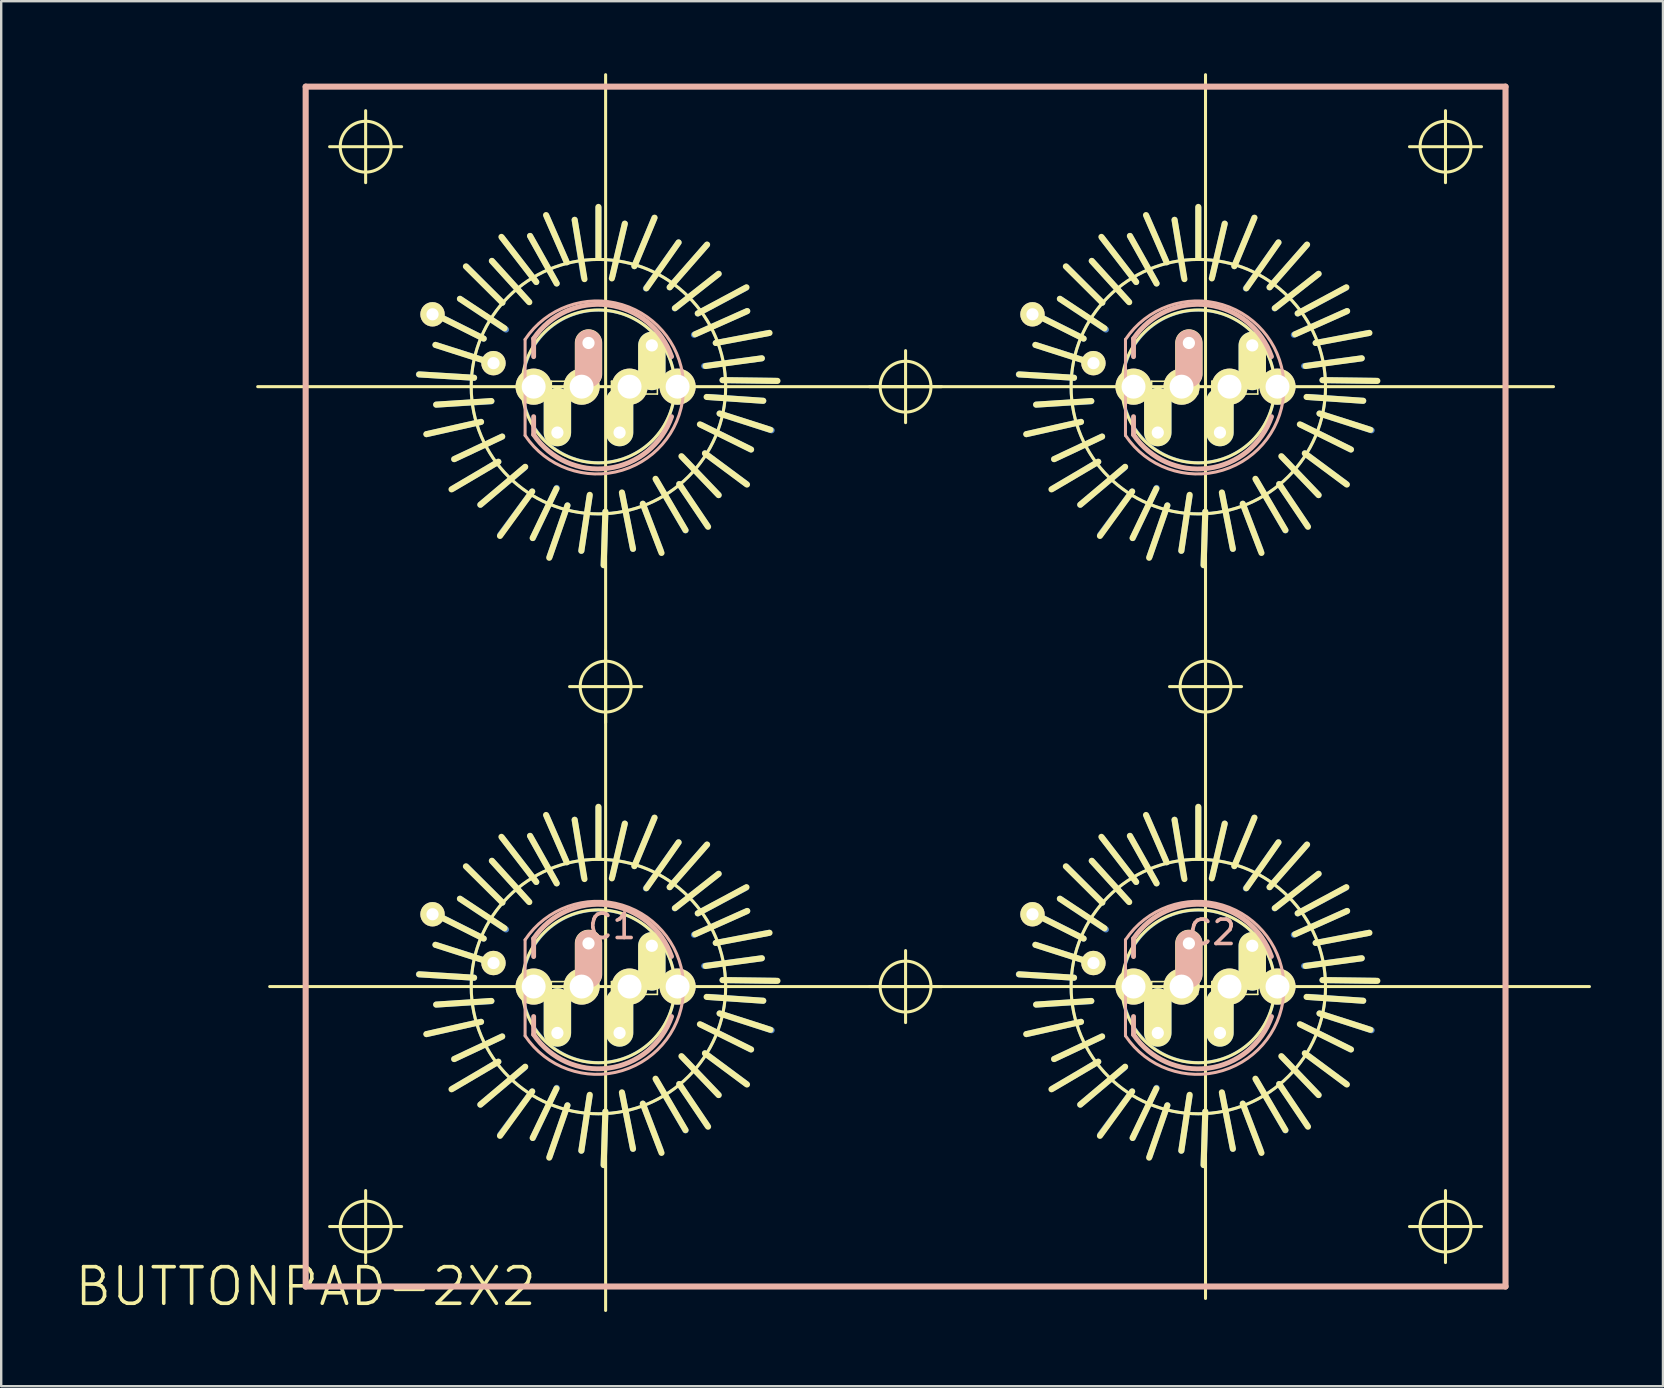
<source format=kicad_pcb>
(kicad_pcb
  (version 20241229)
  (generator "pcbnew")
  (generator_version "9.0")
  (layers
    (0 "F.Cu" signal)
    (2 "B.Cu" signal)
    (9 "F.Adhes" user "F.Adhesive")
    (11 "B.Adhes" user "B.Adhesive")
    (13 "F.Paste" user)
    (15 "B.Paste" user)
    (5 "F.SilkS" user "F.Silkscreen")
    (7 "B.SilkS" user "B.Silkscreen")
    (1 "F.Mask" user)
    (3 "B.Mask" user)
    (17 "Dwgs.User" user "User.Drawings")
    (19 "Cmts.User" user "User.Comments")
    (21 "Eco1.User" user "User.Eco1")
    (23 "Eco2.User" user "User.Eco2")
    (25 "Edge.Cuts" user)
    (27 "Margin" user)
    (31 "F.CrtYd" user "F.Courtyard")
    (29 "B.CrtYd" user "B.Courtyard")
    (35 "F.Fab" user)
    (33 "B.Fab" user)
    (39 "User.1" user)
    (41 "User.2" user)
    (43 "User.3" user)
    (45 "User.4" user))
  (footprint "BUTTONPAD-2X2"
    (layer "F.Cu")
    (at 9.688 50.561)
    (property "Reference" "BUTTONPAD-2X2" (at 0 0 0) (layer "F.SilkS") (effects (font (size 1.524 1.524) (thickness 0.15))))
    (attr exclude_from_pos_files exclude_from_bom)
    (fp_line (start 4.719 -38.009) (end 7.018 -37.869) (stroke (width 0.254) (type solid)) (layer "B.Cu"))
    (fp_line (start 4.719 -13.01) (end 7.018 -12.868) (stroke (width 0.254) (type solid)) (layer "B.Cu"))
    (fp_line (start 5.039 -35.519) (end 7.308 -36.03) (stroke (width 0.254) (type solid)) (layer "B.Cu"))
    (fp_line (start 5.039 -10.518) (end 7.308 -11.029) (stroke (width 0.254) (type solid)) (layer "B.Cu"))
    (fp_line (start 5.359 -40.538) (end 7.419 -39.5) (stroke (width 0.254) (type solid)) (layer "B.Cu"))
    (fp_line (start 5.359 -15.54) (end 7.419 -14.498) (stroke (width 0.254) (type solid)) (layer "B.Cu"))
    (fp_line (start 6.129 -33.249) (end 8.029 -34.369) (stroke (width 0.254) (type solid)) (layer "B.Cu"))
    (fp_line (start 6.129 -8.25) (end 8.029 -9.368) (stroke (width 0.254) (type solid)) (layer "B.Cu"))
    (fp_line (start 6.698 -42.499) (end 8.199 -40.998) (stroke (width 0.254) (type solid)) (layer "B.Cu"))
    (fp_line (start 6.698 -17.498) (end 8.199 -15.999) (stroke (width 0.254) (type solid)) (layer "B.Cu"))
    (fp_line (start 7.739 -38.499) (end 5.408 -39.238) (stroke (width 0.254) (type solid)) (layer "B.Cu"))
    (fp_line (start 7.739 -36.888) (end 5.438 -36.749) (stroke (width 0.254) (type solid)) (layer "B.Cu"))
    (fp_line (start 7.739 -13.498) (end 5.408 -14.239) (stroke (width 0.254) (type solid)) (layer "B.Cu"))
    (fp_line (start 7.739 -11.89) (end 5.438 -11.748) (stroke (width 0.254) (type solid)) (layer "B.Cu"))
    (fp_line (start 8.108 -31.328) (end 9.439 -33.129) (stroke (width 0.254) (type solid)) (layer "B.Cu"))
    (fp_line (start 8.108 -6.33) (end 9.439 -8.128) (stroke (width 0.254) (type solid)) (layer "B.Cu"))
    (fp_line (start 8.189 -43.698) (end 9.609 -41.859) (stroke (width 0.254) (type solid)) (layer "B.Cu"))
    (fp_line (start 8.189 -35.418) (end 6.19 -34.478) (stroke (width 0.254) (type solid)) (layer "B.Cu"))
    (fp_line (start 8.189 -18.699) (end 9.609 -16.858) (stroke (width 0.254) (type solid)) (layer "B.Cu"))
    (fp_line (start 8.189 -10.419) (end 6.19 -9.479) (stroke (width 0.254) (type solid)) (layer "B.Cu"))
    (fp_line (start 8.349 -39.878) (end 6.429 -41.158) (stroke (width 0.254) (type solid)) (layer "B.Cu"))
    (fp_line (start 8.349 -14.879) (end 6.429 -16.159) (stroke (width 0.254) (type solid)) (layer "B.Cu"))
    (fp_line (start 9.129 -34.13) (end 7.28 -32.578) (stroke (width 0.254) (type solid)) (layer "B.Cu"))
    (fp_line (start 9.129 -9.129) (end 7.28 -7.579) (stroke (width 0.254) (type solid)) (layer "B.Cu"))
    (fp_line (start 9.289 -41.049) (end 7.76 -42.738) (stroke (width 0.254) (type solid)) (layer "B.Cu"))
    (fp_line (start 9.289 -16.048) (end 7.76 -17.739) (stroke (width 0.254) (type solid)) (layer "B.Cu"))
    (fp_line (start 10.038 -44.607) (end 10.879 -42.68) (stroke (width 0.254) (type solid)) (layer "B.Cu"))
    (fp_line (start 10.038 -19.609) (end 10.879 -17.678) (stroke (width 0.254) (type solid)) (layer "B.Cu"))
    (fp_line (start 10.168 -30.419) (end 10.909 -32.548) (stroke (width 0.254) (type solid)) (layer "B.Cu"))
    (fp_line (start 10.168 -5.418) (end 10.909 -7.549) (stroke (width 0.254) (type solid)) (layer "B.Cu"))
    (fp_line (start 10.46 -41.798) (end 9.35 -43.779) (stroke (width 0.254) (type solid)) (layer "B.Cu"))
    (fp_line (start 10.46 -33.279) (end 9.469 -31.189) (stroke (width 0.254) (type solid)) (layer "B.Cu"))
    (fp_line (start 10.46 -16.8) (end 9.35 -18.778) (stroke (width 0.254) (type solid)) (layer "B.Cu"))
    (fp_line (start 10.46 -8.278) (end 9.469 -6.19) (stroke (width 0.254) (type solid)) (layer "B.Cu"))
    (fp_line (start 10.49 -35.585) (end 10.49 -36.881) (stroke (width 1.143) (type solid)) (layer "B.Cu"))
    (fp_line (start 10.49 -10.566) (end 10.49 -11.862) (stroke (width 1.143) (type solid)) (layer "B.Cu"))
    (fp_line (start 11.587 -42.067) (end 11.209 -44.45) (stroke (width 0.254) (type solid)) (layer "B.Cu"))
    (fp_line (start 11.587 -17.069) (end 11.209 -19.449) (stroke (width 0.254) (type solid)) (layer "B.Cu"))
    (fp_line (start 11.829 -32.929) (end 11.488 -30.658) (stroke (width 0.254) (type solid)) (layer "B.Cu"))
    (fp_line (start 11.829 -7.93) (end 11.488 -5.659) (stroke (width 0.254) (type solid)) (layer "B.Cu"))
    (fp_line (start 12.2 -44.958) (end 12.2 -42.868) (stroke (width 0.254) (type solid)) (layer "B.Cu"))
    (fp_line (start 12.2 -19.959) (end 12.2 -17.869) (stroke (width 0.254) (type solid)) (layer "B.Cu"))
    (fp_line (start 12.418 -30.058) (end 12.489 -32.288) (stroke (width 0.254) (type solid)) (layer "B.Cu"))
    (fp_line (start 12.418 -5.06) (end 12.489 -7.29) (stroke (width 0.254) (type solid)) (layer "B.Cu"))
    (fp_line (start 12.789 -42.118) (end 13.299 -44.29) (stroke (width 0.254) (type solid)) (layer "B.Cu"))
    (fp_line (start 12.789 -17.12) (end 13.299 -19.289) (stroke (width 0.254) (type solid)) (layer "B.Cu"))
    (fp_line (start 13.081 -35.585) (end 13.081 -36.881) (stroke (width 1.143) (type solid)) (layer "B.Cu"))
    (fp_line (start 13.081 -10.566) (end 13.081 -11.862) (stroke (width 1.143) (type solid)) (layer "B.Cu"))
    (fp_line (start 13.188 -33.038) (end 13.64 -30.739) (stroke (width 0.254) (type solid)) (layer "B.Cu"))
    (fp_line (start 13.188 -8.039) (end 13.64 -5.738) (stroke (width 0.254) (type solid)) (layer "B.Cu"))
    (fp_line (start 14.178 -41.59) (end 15.54 -43.508) (stroke (width 0.254) (type solid)) (layer "B.Cu"))
    (fp_line (start 14.178 -16.589) (end 15.54 -18.509) (stroke (width 0.254) (type solid)) (layer "B.Cu"))
    (fp_line (start 14.425 -37.922) (end 14.425 -39.218) (stroke (width 1.143) (type solid)) (layer "B.Cu"))
    (fp_line (start 14.425 -12.903) (end 14.425 -14.199) (stroke (width 1.143) (type solid)) (layer "B.Cu"))
    (fp_line (start 14.529 -44.529) (end 13.698 -42.52) (stroke (width 0.254) (type solid)) (layer "B.Cu"))
    (fp_line (start 14.529 -19.528) (end 13.698 -17.518) (stroke (width 0.254) (type solid)) (layer "B.Cu"))
    (fp_line (start 14.608 -33.599) (end 15.829 -31.509) (stroke (width 0.254) (type solid)) (layer "B.Cu"))
    (fp_line (start 14.608 -8.598) (end 15.829 -6.507) (stroke (width 0.254) (type solid)) (layer "B.Cu"))
    (fp_line (start 14.788 -30.688) (end 14.049 -32.619) (stroke (width 0.254) (type solid)) (layer "B.Cu"))
    (fp_line (start 14.788 -5.69) (end 14.049 -7.62) (stroke (width 0.254) (type solid)) (layer "B.Cu"))
    (fp_line (start 15.38 -40.759) (end 17.209 -42.2) (stroke (width 0.254) (type solid)) (layer "B.Cu"))
    (fp_line (start 15.38 -15.758) (end 17.209 -17.198) (stroke (width 0.254) (type solid)) (layer "B.Cu"))
    (fp_line (start 15.7 -34.559) (end 17.209 -32.979) (stroke (width 0.254) (type solid)) (layer "B.Cu"))
    (fp_line (start 15.7 -9.558) (end 17.209 -7.978) (stroke (width 0.254) (type solid)) (layer "B.Cu"))
    (fp_line (start 16.18 -39.66) (end 18.4 -40.648) (stroke (width 0.254) (type solid)) (layer "B.Cu"))
    (fp_line (start 16.18 -14.658) (end 18.4 -15.649) (stroke (width 0.254) (type solid)) (layer "B.Cu"))
    (fp_line (start 16.5 -35.898) (end 18.56 -34.879) (stroke (width 0.254) (type solid)) (layer "B.Cu"))
    (fp_line (start 16.5 -10.899) (end 18.56 -9.878) (stroke (width 0.254) (type solid)) (layer "B.Cu"))
    (fp_line (start 16.609 -38.359) (end 19.009 -38.679) (stroke (width 0.254) (type solid)) (layer "B.Cu"))
    (fp_line (start 16.609 -13.358) (end 19.009 -13.678) (stroke (width 0.254) (type solid)) (layer "B.Cu"))
    (fp_line (start 16.718 -43.409) (end 15.169 -41.638) (stroke (width 0.254) (type solid)) (layer "B.Cu"))
    (fp_line (start 16.718 -18.41) (end 15.169 -16.64) (stroke (width 0.254) (type solid)) (layer "B.Cu"))
    (fp_line (start 16.739 -31.699) (end 15.568 -33.439) (stroke (width 0.254) (type solid)) (layer "B.Cu"))
    (fp_line (start 16.739 -6.698) (end 15.568 -8.438) (stroke (width 0.254) (type solid)) (layer "B.Cu"))
    (fp_line (start 16.8 -37.069) (end 19.068 -36.909) (stroke (width 0.254) (type solid)) (layer "B.Cu"))
    (fp_line (start 16.8 -12.068) (end 19.068 -11.908) (stroke (width 0.254) (type solid)) (layer "B.Cu"))
    (fp_line (start 18.349 -41.618) (end 16.34 -40.549) (stroke (width 0.254) (type solid)) (layer "B.Cu"))
    (fp_line (start 18.349 -16.619) (end 16.34 -15.55) (stroke (width 0.254) (type solid)) (layer "B.Cu"))
    (fp_line (start 18.369 -33.439) (end 16.64 -34.719) (stroke (width 0.254) (type solid)) (layer "B.Cu"))
    (fp_line (start 18.369 -8.438) (end 16.64 -9.718) (stroke (width 0.254) (type solid)) (layer "B.Cu"))
    (fp_line (start 19.309 -39.738) (end 17.089 -39.319) (stroke (width 0.254) (type solid)) (layer "B.Cu"))
    (fp_line (start 19.309 -14.74) (end 17.089 -14.318) (stroke (width 0.254) (type solid)) (layer "B.Cu"))
    (fp_line (start 19.418 -35.679) (end 17.249 -36.378) (stroke (width 0.254) (type solid)) (layer "B.Cu"))
    (fp_line (start 19.418 -10.678) (end 17.249 -11.379) (stroke (width 0.254) (type solid)) (layer "B.Cu"))
    (fp_line (start 19.578 -37.739) (end 17.379 -37.77) (stroke (width 0.254) (type solid)) (layer "B.Cu"))
    (fp_line (start 19.578 -12.738) (end 17.379 -12.769) (stroke (width 0.254) (type solid)) (layer "B.Cu"))
    (fp_line (start 29.718 -38.009) (end 32.019 -37.869) (stroke (width 0.254) (type solid)) (layer "B.Cu"))
    (fp_line (start 29.718 -13.01) (end 32.019 -12.868) (stroke (width 0.254) (type solid)) (layer "B.Cu"))
    (fp_line (start 30.038 -35.519) (end 32.309 -36.03) (stroke (width 0.254) (type solid)) (layer "B.Cu"))
    (fp_line (start 30.038 -10.518) (end 32.309 -11.029) (stroke (width 0.254) (type solid)) (layer "B.Cu"))
    (fp_line (start 30.358 -40.538) (end 32.418 -39.5) (stroke (width 0.254) (type solid)) (layer "B.Cu"))
    (fp_line (start 30.358 -15.54) (end 32.418 -14.498) (stroke (width 0.254) (type solid)) (layer "B.Cu"))
    (fp_line (start 31.128 -33.249) (end 33.028 -34.369) (stroke (width 0.254) (type solid)) (layer "B.Cu"))
    (fp_line (start 31.128 -8.25) (end 33.028 -9.368) (stroke (width 0.254) (type solid)) (layer "B.Cu"))
    (fp_line (start 31.699 -42.499) (end 33.198 -40.998) (stroke (width 0.254) (type solid)) (layer "B.Cu"))
    (fp_line (start 31.699 -17.498) (end 33.198 -15.999) (stroke (width 0.254) (type solid)) (layer "B.Cu"))
    (fp_line (start 32.738 -38.499) (end 30.409 -39.238) (stroke (width 0.254) (type solid)) (layer "B.Cu"))
    (fp_line (start 32.738 -36.888) (end 30.439 -36.749) (stroke (width 0.254) (type solid)) (layer "B.Cu"))
    (fp_line (start 32.738 -13.498) (end 30.409 -14.239) (stroke (width 0.254) (type solid)) (layer "B.Cu"))
    (fp_line (start 32.738 -11.89) (end 30.439 -11.748) (stroke (width 0.254) (type solid)) (layer "B.Cu"))
    (fp_line (start 33.109 -31.328) (end 34.44 -33.129) (stroke (width 0.254) (type solid)) (layer "B.Cu"))
    (fp_line (start 33.109 -6.33) (end 34.44 -8.128) (stroke (width 0.254) (type solid)) (layer "B.Cu"))
    (fp_line (start 33.188 -43.698) (end 34.608 -41.859) (stroke (width 0.254) (type solid)) (layer "B.Cu"))
    (fp_line (start 33.188 -35.418) (end 31.189 -34.478) (stroke (width 0.254) (type solid)) (layer "B.Cu"))
    (fp_line (start 33.188 -18.699) (end 34.608 -16.858) (stroke (width 0.254) (type solid)) (layer "B.Cu"))
    (fp_line (start 33.188 -10.419) (end 31.189 -9.479) (stroke (width 0.254) (type solid)) (layer "B.Cu"))
    (fp_line (start 33.348 -39.878) (end 31.43 -41.158) (stroke (width 0.254) (type solid)) (layer "B.Cu"))
    (fp_line (start 33.348 -14.879) (end 31.43 -16.159) (stroke (width 0.254) (type solid)) (layer "B.Cu"))
    (fp_line (start 34.13 -34.13) (end 32.278 -32.578) (stroke (width 0.254) (type solid)) (layer "B.Cu"))
    (fp_line (start 34.13 -9.129) (end 32.278 -7.579) (stroke (width 0.254) (type solid)) (layer "B.Cu"))
    (fp_line (start 34.29 -41.049) (end 32.758 -42.738) (stroke (width 0.254) (type solid)) (layer "B.Cu"))
    (fp_line (start 34.29 -16.048) (end 32.758 -17.739) (stroke (width 0.254) (type solid)) (layer "B.Cu"))
    (fp_line (start 35.039 -44.607) (end 35.877 -42.68) (stroke (width 0.254) (type solid)) (layer "B.Cu"))
    (fp_line (start 35.039 -19.609) (end 35.877 -17.678) (stroke (width 0.254) (type solid)) (layer "B.Cu"))
    (fp_line (start 35.169 -30.419) (end 35.908 -32.548) (stroke (width 0.254) (type solid)) (layer "B.Cu"))
    (fp_line (start 35.169 -5.418) (end 35.908 -7.549) (stroke (width 0.254) (type solid)) (layer "B.Cu"))
    (fp_line (start 35.458 -41.798) (end 34.348 -43.779) (stroke (width 0.254) (type solid)) (layer "B.Cu"))
    (fp_line (start 35.458 -33.279) (end 34.468 -31.189) (stroke (width 0.254) (type solid)) (layer "B.Cu"))
    (fp_line (start 35.458 -16.8) (end 34.348 -18.778) (stroke (width 0.254) (type solid)) (layer "B.Cu"))
    (fp_line (start 35.458 -8.278) (end 34.468 -6.19) (stroke (width 0.254) (type solid)) (layer "B.Cu"))
    (fp_line (start 35.509 -35.585) (end 35.509 -36.881) (stroke (width 1.143) (type solid)) (layer "B.Cu"))
    (fp_line (start 35.509 -10.566) (end 35.509 -11.862) (stroke (width 1.143) (type solid)) (layer "B.Cu"))
    (fp_line (start 36.589 -42.067) (end 36.208 -44.45) (stroke (width 0.254) (type solid)) (layer "B.Cu"))
    (fp_line (start 36.589 -17.069) (end 36.208 -19.449) (stroke (width 0.254) (type solid)) (layer "B.Cu"))
    (fp_line (start 36.83 -32.929) (end 36.49 -30.658) (stroke (width 0.254) (type solid)) (layer "B.Cu"))
    (fp_line (start 36.83 -7.93) (end 36.49 -5.659) (stroke (width 0.254) (type solid)) (layer "B.Cu"))
    (fp_line (start 37.198 -44.958) (end 37.198 -42.868) (stroke (width 0.254) (type solid)) (layer "B.Cu"))
    (fp_line (start 37.198 -19.959) (end 37.198 -17.869) (stroke (width 0.254) (type solid)) (layer "B.Cu"))
    (fp_line (start 37.419 -30.058) (end 37.488 -32.288) (stroke (width 0.254) (type solid)) (layer "B.Cu"))
    (fp_line (start 37.419 -5.06) (end 37.488 -7.29) (stroke (width 0.254) (type solid)) (layer "B.Cu"))
    (fp_line (start 37.788 -42.118) (end 38.298 -44.29) (stroke (width 0.254) (type solid)) (layer "B.Cu"))
    (fp_line (start 37.788 -17.12) (end 38.298 -19.289) (stroke (width 0.254) (type solid)) (layer "B.Cu"))
    (fp_line (start 38.1 -35.585) (end 38.1 -36.881) (stroke (width 1.143) (type solid)) (layer "B.Cu"))
    (fp_line (start 38.1 -10.566) (end 38.1 -11.862) (stroke (width 1.143) (type solid)) (layer "B.Cu"))
    (fp_line (start 38.189 -33.038) (end 38.638 -30.739) (stroke (width 0.254) (type solid)) (layer "B.Cu"))
    (fp_line (start 38.189 -8.039) (end 38.638 -5.738) (stroke (width 0.254) (type solid)) (layer "B.Cu"))
    (fp_line (start 39.179 -41.59) (end 40.538 -43.508) (stroke (width 0.254) (type solid)) (layer "B.Cu"))
    (fp_line (start 39.179 -16.589) (end 40.538 -18.509) (stroke (width 0.254) (type solid)) (layer "B.Cu"))
    (fp_line (start 39.446 -37.922) (end 39.446 -39.218) (stroke (width 1.143) (type solid)) (layer "B.Cu"))
    (fp_line (start 39.446 -12.903) (end 39.446 -14.199) (stroke (width 1.143) (type solid)) (layer "B.Cu"))
    (fp_line (start 39.527 -44.529) (end 38.699 -42.52) (stroke (width 0.254) (type solid)) (layer "B.Cu"))
    (fp_line (start 39.527 -19.528) (end 38.699 -17.518) (stroke (width 0.254) (type solid)) (layer "B.Cu"))
    (fp_line (start 39.609 -33.599) (end 40.828 -31.509) (stroke (width 0.254) (type solid)) (layer "B.Cu"))
    (fp_line (start 39.609 -8.598) (end 40.828 -6.507) (stroke (width 0.254) (type solid)) (layer "B.Cu"))
    (fp_line (start 39.789 -30.688) (end 39.05 -32.619) (stroke (width 0.254) (type solid)) (layer "B.Cu"))
    (fp_line (start 39.789 -5.69) (end 39.05 -7.62) (stroke (width 0.254) (type solid)) (layer "B.Cu"))
    (fp_line (start 40.378 -40.759) (end 42.21 -42.2) (stroke (width 0.254) (type solid)) (layer "B.Cu"))
    (fp_line (start 40.378 -15.758) (end 42.21 -17.198) (stroke (width 0.254) (type solid)) (layer "B.Cu"))
    (fp_line (start 40.698 -34.559) (end 42.21 -32.979) (stroke (width 0.254) (type solid)) (layer "B.Cu"))
    (fp_line (start 40.698 -9.558) (end 42.21 -7.978) (stroke (width 0.254) (type solid)) (layer "B.Cu"))
    (fp_line (start 41.178 -39.66) (end 43.398 -40.648) (stroke (width 0.254) (type solid)) (layer "B.Cu"))
    (fp_line (start 41.178 -14.658) (end 43.398 -15.649) (stroke (width 0.254) (type solid)) (layer "B.Cu"))
    (fp_line (start 41.499 -35.898) (end 43.558 -34.879) (stroke (width 0.254) (type solid)) (layer "B.Cu"))
    (fp_line (start 41.499 -10.899) (end 43.558 -9.878) (stroke (width 0.254) (type solid)) (layer "B.Cu"))
    (fp_line (start 41.608 -38.359) (end 44.008 -38.679) (stroke (width 0.254) (type solid)) (layer "B.Cu"))
    (fp_line (start 41.608 -13.358) (end 44.008 -13.678) (stroke (width 0.254) (type solid)) (layer "B.Cu"))
    (fp_line (start 41.719 -43.409) (end 40.168 -41.638) (stroke (width 0.254) (type solid)) (layer "B.Cu"))
    (fp_line (start 41.719 -18.41) (end 40.168 -16.64) (stroke (width 0.254) (type solid)) (layer "B.Cu"))
    (fp_line (start 41.74 -31.699) (end 40.569 -33.439) (stroke (width 0.254) (type solid)) (layer "B.Cu"))
    (fp_line (start 41.74 -6.698) (end 40.569 -8.438) (stroke (width 0.254) (type solid)) (layer "B.Cu"))
    (fp_line (start 41.798 -37.069) (end 44.069 -36.909) (stroke (width 0.254) (type solid)) (layer "B.Cu"))
    (fp_line (start 41.798 -12.068) (end 44.069 -11.908) (stroke (width 0.254) (type solid)) (layer "B.Cu"))
    (fp_line (start 43.348 -41.618) (end 41.339 -40.549) (stroke (width 0.254) (type solid)) (layer "B.Cu"))
    (fp_line (start 43.348 -16.619) (end 41.339 -15.55) (stroke (width 0.254) (type solid)) (layer "B.Cu"))
    (fp_line (start 43.368 -33.439) (end 41.638 -34.719) (stroke (width 0.254) (type solid)) (layer "B.Cu"))
    (fp_line (start 43.368 -8.438) (end 41.638 -9.718) (stroke (width 0.254) (type solid)) (layer "B.Cu"))
    (fp_line (start 44.308 -39.738) (end 42.088 -39.319) (stroke (width 0.254) (type solid)) (layer "B.Cu"))
    (fp_line (start 44.308 -14.74) (end 42.088 -14.318) (stroke (width 0.254) (type solid)) (layer "B.Cu"))
    (fp_line (start 44.42 -35.679) (end 42.248 -36.378) (stroke (width 0.254) (type solid)) (layer "B.Cu"))
    (fp_line (start 44.42 -10.678) (end 42.248 -11.379) (stroke (width 0.254) (type solid)) (layer "B.Cu"))
    (fp_line (start 44.58 -37.739) (end 42.38 -37.77) (stroke (width 0.254) (type solid)) (layer "B.Cu"))
    (fp_line (start 44.58 -12.738) (end 42.38 -12.769) (stroke (width 0.254) (type solid)) (layer "B.Cu"))
    (fp_circle (center 12.2 -37.498) (end 15.949 -41.247) (stroke (width 0.127) (type solid)) (fill no) (layer "B.Cu"))
    (fp_circle (center 12.2 -12.499) (end 15.949 -16.248) (stroke (width 0.127) (type solid)) (fill no) (layer "B.Cu"))
    (fp_circle (center 12.21 -37.508) (end 14.458 -39.756) (stroke (width 0.127) (type solid)) (fill no) (layer "B.Cu"))
    (fp_circle (center 12.21 -12.509) (end 14.458 -14.757) (stroke (width 0.127) (type solid)) (fill no) (layer "B.Cu"))
    (fp_circle (center 37.198 -37.498) (end 40.947 -41.247) (stroke (width 0.127) (type solid)) (fill no) (layer "B.Cu"))
    (fp_circle (center 37.198 -12.499) (end 40.947 -16.248) (stroke (width 0.127) (type solid)) (fill no) (layer "B.Cu"))
    (fp_circle (center 37.208 -37.508) (end 39.456 -39.756) (stroke (width 0.127) (type solid)) (fill no) (layer "B.Cu"))
    (fp_circle (center 37.208 -12.509) (end 39.456 -14.757) (stroke (width 0.127) (type solid)) (fill no) (layer "B.Cu"))
    (fp_line (start 0.998 -47.498) (end 3.998 -47.498) (stroke (width 0.127) (type solid)) (layer "F.SilkS"))
    (fp_line (start 0.998 -2.499) (end 3.998 -2.499) (stroke (width 0.127) (type solid)) (layer "F.SilkS"))
    (fp_line (start 2.499 -45.999) (end 2.499 -48.999) (stroke (width 0.127) (type solid)) (layer "F.SilkS"))
    (fp_line (start 2.499 -0.998) (end 2.499 -3.998) (stroke (width 0.127) (type solid)) (layer "F.SilkS"))
    (fp_line (start 4.729 -38.009) (end 7.018 -37.869) (stroke (width 0.254) (type solid)) (layer "F.SilkS"))
    (fp_line (start 4.729 -13.01) (end 7.018 -12.868) (stroke (width 0.254) (type solid)) (layer "F.SilkS"))
    (fp_line (start 5.359 -40.528) (end 7.419 -39.5) (stroke (width 0.254) (type solid)) (layer "F.SilkS"))
    (fp_line (start 5.359 -15.53) (end 7.419 -14.498) (stroke (width 0.254) (type solid)) (layer "F.SilkS"))
    (fp_line (start 5.408 -39.238) (end 7.777 -38.478) (stroke (width 0.254) (type solid)) (layer "F.SilkS"))
    (fp_line (start 5.408 -14.239) (end 7.777 -13.48) (stroke (width 0.254) (type solid)) (layer "F.SilkS"))
    (fp_line (start 5.438 -36.749) (end 7.739 -36.899) (stroke (width 0.254) (type solid)) (layer "F.SilkS"))
    (fp_line (start 5.438 -11.748) (end 7.739 -11.9) (stroke (width 0.254) (type solid)) (layer "F.SilkS"))
    (fp_line (start 6.078 -33.218) (end 8.029 -34.369) (stroke (width 0.254) (type solid)) (layer "F.SilkS"))
    (fp_line (start 6.078 -8.219) (end 8.029 -9.368) (stroke (width 0.254) (type solid)) (layer "F.SilkS"))
    (fp_line (start 6.19 -34.478) (end 8.189 -35.418) (stroke (width 0.254) (type solid)) (layer "F.SilkS"))
    (fp_line (start 6.19 -9.479) (end 8.189 -10.419) (stroke (width 0.254) (type solid)) (layer "F.SilkS"))
    (fp_line (start 6.429 -41.158) (end 8.288 -39.929) (stroke (width 0.254) (type solid)) (layer "F.SilkS"))
    (fp_line (start 6.429 -16.159) (end 8.288 -14.928) (stroke (width 0.254) (type solid)) (layer "F.SilkS"))
    (fp_line (start 6.678 -42.509) (end 8.199 -40.998) (stroke (width 0.254) (type solid)) (layer "F.SilkS"))
    (fp_line (start 6.678 -17.508) (end 8.199 -15.999) (stroke (width 0.254) (type solid)) (layer "F.SilkS"))
    (fp_line (start 7.308 -36.03) (end 5.029 -35.519) (stroke (width 0.254) (type solid)) (layer "F.SilkS"))
    (fp_line (start 7.308 -11.029) (end 5.029 -10.518) (stroke (width 0.254) (type solid)) (layer "F.SilkS"))
    (fp_line (start 7.76 -42.738) (end 9.319 -41.018) (stroke (width 0.254) (type solid)) (layer "F.SilkS"))
    (fp_line (start 7.76 -17.739) (end 9.319 -16.02) (stroke (width 0.254) (type solid)) (layer "F.SilkS"))
    (fp_line (start 8.158 -43.739) (end 9.609 -41.859) (stroke (width 0.254) (type solid)) (layer "F.SilkS"))
    (fp_line (start 8.158 -18.738) (end 9.609 -16.858) (stroke (width 0.254) (type solid)) (layer "F.SilkS"))
    (fp_line (start 9.149 -34.158) (end 7.28 -32.578) (stroke (width 0.254) (type solid)) (layer "F.SilkS"))
    (fp_line (start 9.149 -9.159) (end 7.28 -7.579) (stroke (width 0.254) (type solid)) (layer "F.SilkS"))
    (fp_line (start 9.35 -43.779) (end 10.46 -41.798) (stroke (width 0.254) (type solid)) (layer "F.SilkS"))
    (fp_line (start 9.35 -18.778) (end 10.46 -16.8) (stroke (width 0.254) (type solid)) (layer "F.SilkS"))
    (fp_line (start 9.439 -33.129) (end 8.098 -31.278) (stroke (width 0.254) (type solid)) (layer "F.SilkS"))
    (fp_line (start 9.439 -8.128) (end 8.098 -6.279) (stroke (width 0.254) (type solid)) (layer "F.SilkS"))
    (fp_line (start 9.459 -31.189) (end 10.45 -33.249) (stroke (width 0.254) (type solid)) (layer "F.SilkS"))
    (fp_line (start 9.459 -6.19) (end 10.45 -8.25) (stroke (width 0.254) (type solid)) (layer "F.SilkS"))
    (fp_line (start 10.033 -36.881) (end 10.947 -36.881) (stroke (width 0.127) (type solid)) (layer "F.SilkS"))
    (fp_line (start 10.033 -11.862) (end 10.947 -11.862) (stroke (width 0.127) (type solid)) (layer "F.SilkS"))
    (fp_line (start 10.236 -37.724) (end 10.897 -37.724) (stroke (width 0.066) (type solid)) (layer "F.SilkS"))
    (fp_line (start 10.236 -37.191) (end 10.236 -37.724) (stroke (width 0.066) (type solid)) (layer "F.SilkS"))
    (fp_line (start 10.236 -37.191) (end 10.897 -37.191) (stroke (width 0.066) (type solid)) (layer "F.SilkS"))
    (fp_line (start 10.236 -12.705) (end 10.897 -12.705) (stroke (width 0.066) (type solid)) (layer "F.SilkS"))
    (fp_line (start 10.236 -12.172) (end 10.236 -12.705) (stroke (width 0.066) (type solid)) (layer "F.SilkS"))
    (fp_line (start 10.236 -12.172) (end 10.897 -12.172) (stroke (width 0.066) (type solid)) (layer "F.SilkS"))
    (fp_line (start 10.49 -36.424) (end 10.49 -37.338) (stroke (width 0.127) (type solid)) (layer "F.SilkS"))
    (fp_line (start 10.49 -35.585) (end 10.49 -36.881) (stroke (width 1.143) (type solid)) (layer "F.SilkS"))
    (fp_line (start 10.49 -11.405) (end 10.49 -12.319) (stroke (width 0.127) (type solid)) (layer "F.SilkS"))
    (fp_line (start 10.49 -10.566) (end 10.49 -11.862) (stroke (width 1.143) (type solid)) (layer "F.SilkS"))
    (fp_line (start 10.879 -42.68) (end 10.018 -44.648) (stroke (width 0.254) (type solid)) (layer "F.SilkS"))
    (fp_line (start 10.879 -17.678) (end 10.018 -19.649) (stroke (width 0.254) (type solid)) (layer "F.SilkS"))
    (fp_line (start 10.897 -37.191) (end 10.897 -37.724) (stroke (width 0.066) (type solid)) (layer "F.SilkS"))
    (fp_line (start 10.897 -12.172) (end 10.897 -12.705) (stroke (width 0.066) (type solid)) (layer "F.SilkS"))
    (fp_line (start 10.909 -32.548) (end 10.15 -30.368) (stroke (width 0.254) (type solid)) (layer "F.SilkS"))
    (fp_line (start 10.909 -7.549) (end 10.15 -5.37) (stroke (width 0.254) (type solid)) (layer "F.SilkS"))
    (fp_line (start 10.998 -24.999) (end 13.998 -24.999) (stroke (width 0.127) (type solid)) (layer "F.SilkS"))
    (fp_line (start 11.328 -38.024) (end 12.243 -38.024) (stroke (width 0.127) (type solid)) (layer "F.SilkS"))
    (fp_line (start 11.328 -13.005) (end 12.243 -13.005) (stroke (width 0.127) (type solid)) (layer "F.SilkS"))
    (fp_line (start 11.486 -37.724) (end 12.146 -37.724) (stroke (width 0.066) (type solid)) (layer "F.SilkS"))
    (fp_line (start 11.486 -37.191) (end 11.486 -37.724) (stroke (width 0.066) (type solid)) (layer "F.SilkS"))
    (fp_line (start 11.486 -37.191) (end 12.146 -37.191) (stroke (width 0.066) (type solid)) (layer "F.SilkS"))
    (fp_line (start 11.486 -12.705) (end 12.146 -12.705) (stroke (width 0.066) (type solid)) (layer "F.SilkS"))
    (fp_line (start 11.486 -12.172) (end 11.486 -12.705) (stroke (width 0.066) (type solid)) (layer "F.SilkS"))
    (fp_line (start 11.486 -12.172) (end 12.146 -12.172) (stroke (width 0.066) (type solid)) (layer "F.SilkS"))
    (fp_line (start 11.488 -30.658) (end 11.839 -32.99) (stroke (width 0.254) (type solid)) (layer "F.SilkS"))
    (fp_line (start 11.488 -5.659) (end 11.839 -7.988) (stroke (width 0.254) (type solid)) (layer "F.SilkS"))
    (fp_line (start 11.618 -41.979) (end 11.209 -44.45) (stroke (width 0.254) (type solid)) (layer "F.SilkS"))
    (fp_line (start 11.618 -16.98) (end 11.209 -19.449) (stroke (width 0.254) (type solid)) (layer "F.SilkS"))
    (fp_line (start 11.786 -38.024) (end 11.786 -39.319) (stroke (width 1.143) (type solid)) (layer "F.SilkS"))
    (fp_line (start 11.786 -37.567) (end 11.786 -38.478) (stroke (width 0.127) (type solid)) (layer "F.SilkS"))
    (fp_line (start 11.786 -13.005) (end 11.786 -14.298) (stroke (width 1.143) (type solid)) (layer "F.SilkS"))
    (fp_line (start 11.786 -12.548) (end 11.786 -13.462) (stroke (width 0.127) (type solid)) (layer "F.SilkS"))
    (fp_line (start 12.146 -37.191) (end 12.146 -37.724) (stroke (width 0.066) (type solid)) (layer "F.SilkS"))
    (fp_line (start 12.146 -12.172) (end 12.146 -12.705) (stroke (width 0.066) (type solid)) (layer "F.SilkS"))
    (fp_line (start 12.2 -42.868) (end 12.2 -44.988) (stroke (width 0.254) (type solid)) (layer "F.SilkS"))
    (fp_line (start 12.2 -17.869) (end 12.2 -19.99) (stroke (width 0.254) (type solid)) (layer "F.SilkS"))
    (fp_line (start 12.489 -32.288) (end 12.418 -30.058) (stroke (width 0.254) (type solid)) (layer "F.SilkS"))
    (fp_line (start 12.489 -7.29) (end 12.418 -5.06) (stroke (width 0.254) (type solid)) (layer "F.SilkS"))
    (fp_line (start 12.499 -50.498) (end 12.499 0.998) (stroke (width 0.127) (type solid)) (layer "F.SilkS"))
    (fp_line (start 12.499 -23.498) (end 12.499 -26.5) (stroke (width 0.127) (type solid)) (layer "F.SilkS"))
    (fp_line (start 12.624 -36.881) (end 13.538 -36.881) (stroke (width 0.127) (type solid)) (layer "F.SilkS"))
    (fp_line (start 12.624 -11.862) (end 13.538 -11.862) (stroke (width 0.127) (type solid)) (layer "F.SilkS"))
    (fp_line (start 12.743 -37.724) (end 13.404 -37.724) (stroke (width 0.066) (type solid)) (layer "F.SilkS"))
    (fp_line (start 12.743 -37.191) (end 12.743 -37.724) (stroke (width 0.066) (type solid)) (layer "F.SilkS"))
    (fp_line (start 12.743 -37.191) (end 13.404 -37.191) (stroke (width 0.066) (type solid)) (layer "F.SilkS"))
    (fp_line (start 12.743 -12.705) (end 13.404 -12.705) (stroke (width 0.066) (type solid)) (layer "F.SilkS"))
    (fp_line (start 12.743 -12.172) (end 12.743 -12.705) (stroke (width 0.066) (type solid)) (layer "F.SilkS"))
    (fp_line (start 12.743 -12.172) (end 13.404 -12.172) (stroke (width 0.066) (type solid)) (layer "F.SilkS"))
    (fp_line (start 12.758 -42.009) (end 13.299 -44.29) (stroke (width 0.254) (type solid)) (layer "F.SilkS"))
    (fp_line (start 12.758 -17.008) (end 13.299 -19.289) (stroke (width 0.254) (type solid)) (layer "F.SilkS"))
    (fp_line (start 13.081 -36.424) (end 13.081 -37.338) (stroke (width 0.127) (type solid)) (layer "F.SilkS"))
    (fp_line (start 13.081 -35.585) (end 13.081 -36.881) (stroke (width 1.143) (type solid)) (layer "F.SilkS"))
    (fp_line (start 13.081 -11.405) (end 13.081 -12.319) (stroke (width 0.127) (type solid)) (layer "F.SilkS"))
    (fp_line (start 13.081 -10.566) (end 13.081 -11.862) (stroke (width 1.143) (type solid)) (layer "F.SilkS"))
    (fp_line (start 13.404 -37.191) (end 13.404 -37.724) (stroke (width 0.066) (type solid)) (layer "F.SilkS"))
    (fp_line (start 13.404 -12.172) (end 13.404 -12.705) (stroke (width 0.066) (type solid)) (layer "F.SilkS"))
    (fp_line (start 13.64 -30.739) (end 13.178 -33.089) (stroke (width 0.254) (type solid)) (layer "F.SilkS"))
    (fp_line (start 13.64 -5.738) (end 13.178 -8.09) (stroke (width 0.254) (type solid)) (layer "F.SilkS"))
    (fp_line (start 13.698 -42.52) (end 14.539 -44.539) (stroke (width 0.254) (type solid)) (layer "F.SilkS"))
    (fp_line (start 13.698 -17.518) (end 14.539 -19.538) (stroke (width 0.254) (type solid)) (layer "F.SilkS"))
    (fp_line (start 13.97 -37.922) (end 14.884 -37.922) (stroke (width 0.127) (type solid)) (layer "F.SilkS"))
    (fp_line (start 13.97 -12.903) (end 14.884 -12.903) (stroke (width 0.127) (type solid)) (layer "F.SilkS"))
    (fp_line (start 13.995 -37.724) (end 14.656 -37.724) (stroke (width 0.066) (type solid)) (layer "F.SilkS"))
    (fp_line (start 13.995 -37.191) (end 13.995 -37.724) (stroke (width 0.066) (type solid)) (layer "F.SilkS"))
    (fp_line (start 13.995 -37.191) (end 14.656 -37.191) (stroke (width 0.066) (type solid)) (layer "F.SilkS"))
    (fp_line (start 13.995 -12.705) (end 14.656 -12.705) (stroke (width 0.066) (type solid)) (layer "F.SilkS"))
    (fp_line (start 13.995 -12.172) (end 13.995 -12.705) (stroke (width 0.066) (type solid)) (layer "F.SilkS"))
    (fp_line (start 13.995 -12.172) (end 14.656 -12.172) (stroke (width 0.066) (type solid)) (layer "F.SilkS"))
    (fp_line (start 14.049 -32.619) (end 14.829 -30.569) (stroke (width 0.254) (type solid)) (layer "F.SilkS"))
    (fp_line (start 14.049 -7.62) (end 14.829 -5.568) (stroke (width 0.254) (type solid)) (layer "F.SilkS"))
    (fp_line (start 14.199 -41.598) (end 15.54 -43.508) (stroke (width 0.254) (type solid)) (layer "F.SilkS"))
    (fp_line (start 14.199 -16.599) (end 15.54 -18.509) (stroke (width 0.254) (type solid)) (layer "F.SilkS"))
    (fp_line (start 14.425 -37.922) (end 14.425 -39.218) (stroke (width 1.143) (type solid)) (layer "F.SilkS"))
    (fp_line (start 14.425 -37.465) (end 14.425 -38.377) (stroke (width 0.127) (type solid)) (layer "F.SilkS"))
    (fp_line (start 14.425 -12.903) (end 14.425 -14.199) (stroke (width 1.143) (type solid)) (layer "F.SilkS"))
    (fp_line (start 14.425 -12.446) (end 14.425 -13.36) (stroke (width 0.127) (type solid)) (layer "F.SilkS"))
    (fp_line (start 14.656 -37.191) (end 14.656 -37.724) (stroke (width 0.066) (type solid)) (layer "F.SilkS"))
    (fp_line (start 14.656 -12.172) (end 14.656 -12.705) (stroke (width 0.066) (type solid)) (layer "F.SilkS"))
    (fp_line (start 15.39 -40.77) (end 17.209 -42.2) (stroke (width 0.254) (type solid)) (layer "F.SilkS"))
    (fp_line (start 15.39 -15.768) (end 17.209 -17.198) (stroke (width 0.254) (type solid)) (layer "F.SilkS"))
    (fp_line (start 15.568 -33.439) (end 16.769 -31.659) (stroke (width 0.254) (type solid)) (layer "F.SilkS"))
    (fp_line (start 15.568 -8.438) (end 16.769 -6.66) (stroke (width 0.254) (type solid)) (layer "F.SilkS"))
    (fp_line (start 15.659 -34.6) (end 17.209 -32.979) (stroke (width 0.254) (type solid)) (layer "F.SilkS"))
    (fp_line (start 15.659 -9.599) (end 17.209 -7.978) (stroke (width 0.254) (type solid)) (layer "F.SilkS"))
    (fp_line (start 15.829 -31.519) (end 14.58 -33.658) (stroke (width 0.254) (type solid)) (layer "F.SilkS"))
    (fp_line (start 15.829 -6.518) (end 14.58 -8.659) (stroke (width 0.254) (type solid)) (layer "F.SilkS"))
    (fp_line (start 16.228 -39.68) (end 18.4 -40.648) (stroke (width 0.254) (type solid)) (layer "F.SilkS"))
    (fp_line (start 16.228 -14.679) (end 18.4 -15.649) (stroke (width 0.254) (type solid)) (layer "F.SilkS"))
    (fp_line (start 16.34 -40.549) (end 18.369 -41.638) (stroke (width 0.254) (type solid)) (layer "F.SilkS"))
    (fp_line (start 16.34 -15.55) (end 18.369 -16.64) (stroke (width 0.254) (type solid)) (layer "F.SilkS"))
    (fp_line (start 16.429 -35.928) (end 18.56 -34.879) (stroke (width 0.254) (type solid)) (layer "F.SilkS"))
    (fp_line (start 16.429 -10.93) (end 18.56 -9.878) (stroke (width 0.254) (type solid)) (layer "F.SilkS"))
    (fp_line (start 16.64 -34.719) (end 18.39 -33.419) (stroke (width 0.254) (type solid)) (layer "F.SilkS"))
    (fp_line (start 16.64 -9.718) (end 18.39 -8.418) (stroke (width 0.254) (type solid)) (layer "F.SilkS"))
    (fp_line (start 16.667 -38.359) (end 19.009 -38.679) (stroke (width 0.254) (type solid)) (layer "F.SilkS"))
    (fp_line (start 16.667 -13.358) (end 19.009 -13.678) (stroke (width 0.254) (type solid)) (layer "F.SilkS"))
    (fp_line (start 16.708 -37.069) (end 19.068 -36.909) (stroke (width 0.254) (type solid)) (layer "F.SilkS"))
    (fp_line (start 16.708 -12.068) (end 19.068 -11.908) (stroke (width 0.254) (type solid)) (layer "F.SilkS"))
    (fp_line (start 16.728 -43.419) (end 15.169 -41.638) (stroke (width 0.254) (type solid)) (layer "F.SilkS"))
    (fp_line (start 16.728 -18.418) (end 15.169 -16.64) (stroke (width 0.254) (type solid)) (layer "F.SilkS"))
    (fp_line (start 17.089 -39.319) (end 19.329 -39.738) (stroke (width 0.254) (type solid)) (layer "F.SilkS"))
    (fp_line (start 17.089 -14.318) (end 19.329 -14.74) (stroke (width 0.254) (type solid)) (layer "F.SilkS"))
    (fp_line (start 17.249 -36.378) (end 19.367 -35.7) (stroke (width 0.254) (type solid)) (layer "F.SilkS"))
    (fp_line (start 17.249 -11.379) (end 19.367 -10.698) (stroke (width 0.254) (type solid)) (layer "F.SilkS"))
    (fp_line (start 17.369 -37.77) (end 19.66 -37.739) (stroke (width 0.254) (type solid)) (layer "F.SilkS"))
    (fp_line (start 17.369 -12.769) (end 19.66 -12.738) (stroke (width 0.254) (type solid)) (layer "F.SilkS"))
    (fp_line (start 23.498 -37.498) (end 26.5 -37.498) (stroke (width 0.127) (type solid)) (layer "F.SilkS"))
    (fp_line (start 23.498 -12.499) (end 26.5 -12.499) (stroke (width 0.127) (type solid)) (layer "F.SilkS"))
    (fp_line (start 24.999 -35.999) (end 24.999 -38.999) (stroke (width 0.127) (type solid)) (layer "F.SilkS"))
    (fp_line (start 24.999 -10.998) (end 24.999 -13.998) (stroke (width 0.127) (type solid)) (layer "F.SilkS"))
    (fp_line (start 29.728 -38.009) (end 32.019 -37.869) (stroke (width 0.254) (type solid)) (layer "F.SilkS"))
    (fp_line (start 29.728 -13.01) (end 32.019 -12.868) (stroke (width 0.254) (type solid)) (layer "F.SilkS"))
    (fp_line (start 30.358 -40.528) (end 32.418 -39.5) (stroke (width 0.254) (type solid)) (layer "F.SilkS"))
    (fp_line (start 30.358 -15.53) (end 32.418 -14.498) (stroke (width 0.254) (type solid)) (layer "F.SilkS"))
    (fp_line (start 30.409 -39.238) (end 32.779 -38.478) (stroke (width 0.254) (type solid)) (layer "F.SilkS"))
    (fp_line (start 30.409 -14.239) (end 32.779 -13.48) (stroke (width 0.254) (type solid)) (layer "F.SilkS"))
    (fp_line (start 30.439 -36.749) (end 32.738 -36.899) (stroke (width 0.254) (type solid)) (layer "F.SilkS"))
    (fp_line (start 30.439 -11.748) (end 32.738 -11.9) (stroke (width 0.254) (type solid)) (layer "F.SilkS"))
    (fp_line (start 31.079 -33.218) (end 33.028 -34.369) (stroke (width 0.254) (type solid)) (layer "F.SilkS"))
    (fp_line (start 31.079 -8.219) (end 33.028 -9.368) (stroke (width 0.254) (type solid)) (layer "F.SilkS"))
    (fp_line (start 31.189 -34.478) (end 33.188 -35.418) (stroke (width 0.254) (type solid)) (layer "F.SilkS"))
    (fp_line (start 31.189 -9.479) (end 33.188 -10.419) (stroke (width 0.254) (type solid)) (layer "F.SilkS"))
    (fp_line (start 31.43 -41.158) (end 33.289 -39.929) (stroke (width 0.254) (type solid)) (layer "F.SilkS"))
    (fp_line (start 31.43 -16.159) (end 33.289 -14.928) (stroke (width 0.254) (type solid)) (layer "F.SilkS"))
    (fp_line (start 31.679 -42.509) (end 33.198 -40.998) (stroke (width 0.254) (type solid)) (layer "F.SilkS"))
    (fp_line (start 31.679 -17.508) (end 33.198 -15.999) (stroke (width 0.254) (type solid)) (layer "F.SilkS"))
    (fp_line (start 32.309 -36.03) (end 30.028 -35.519) (stroke (width 0.254) (type solid)) (layer "F.SilkS"))
    (fp_line (start 32.309 -11.029) (end 30.028 -10.518) (stroke (width 0.254) (type solid)) (layer "F.SilkS"))
    (fp_line (start 32.758 -42.738) (end 34.318 -41.018) (stroke (width 0.254) (type solid)) (layer "F.SilkS"))
    (fp_line (start 32.758 -17.739) (end 34.318 -16.02) (stroke (width 0.254) (type solid)) (layer "F.SilkS"))
    (fp_line (start 33.16 -43.739) (end 34.608 -41.859) (stroke (width 0.254) (type solid)) (layer "F.SilkS"))
    (fp_line (start 33.16 -18.738) (end 34.608 -16.858) (stroke (width 0.254) (type solid)) (layer "F.SilkS"))
    (fp_line (start 34.148 -34.158) (end 32.278 -32.578) (stroke (width 0.254) (type solid)) (layer "F.SilkS"))
    (fp_line (start 34.148 -9.159) (end 32.278 -7.579) (stroke (width 0.254) (type solid)) (layer "F.SilkS"))
    (fp_line (start 34.348 -43.779) (end 35.458 -41.798) (stroke (width 0.254) (type solid)) (layer "F.SilkS"))
    (fp_line (start 34.348 -18.778) (end 35.458 -16.8) (stroke (width 0.254) (type solid)) (layer "F.SilkS"))
    (fp_line (start 34.44 -33.129) (end 33.099 -31.278) (stroke (width 0.254) (type solid)) (layer "F.SilkS"))
    (fp_line (start 34.44 -8.128) (end 33.099 -6.279) (stroke (width 0.254) (type solid)) (layer "F.SilkS"))
    (fp_line (start 34.458 -31.189) (end 35.448 -33.249) (stroke (width 0.254) (type solid)) (layer "F.SilkS"))
    (fp_line (start 34.458 -6.19) (end 35.448 -8.25) (stroke (width 0.254) (type solid)) (layer "F.SilkS"))
    (fp_line (start 35.049 -36.881) (end 35.966 -36.881) (stroke (width 0.127) (type solid)) (layer "F.SilkS"))
    (fp_line (start 35.049 -11.862) (end 35.966 -11.862) (stroke (width 0.127) (type solid)) (layer "F.SilkS"))
    (fp_line (start 35.253 -37.724) (end 35.916 -37.724) (stroke (width 0.066) (type solid)) (layer "F.SilkS"))
    (fp_line (start 35.253 -37.191) (end 35.253 -37.724) (stroke (width 0.066) (type solid)) (layer "F.SilkS"))
    (fp_line (start 35.253 -37.191) (end 35.916 -37.191) (stroke (width 0.066) (type solid)) (layer "F.SilkS"))
    (fp_line (start 35.253 -12.705) (end 35.916 -12.705) (stroke (width 0.066) (type solid)) (layer "F.SilkS"))
    (fp_line (start 35.253 -12.172) (end 35.253 -12.705) (stroke (width 0.066) (type solid)) (layer "F.SilkS"))
    (fp_line (start 35.253 -12.172) (end 35.916 -12.172) (stroke (width 0.066) (type solid)) (layer "F.SilkS"))
    (fp_line (start 35.509 -36.424) (end 35.509 -37.338) (stroke (width 0.127) (type solid)) (layer "F.SilkS"))
    (fp_line (start 35.509 -35.585) (end 35.509 -36.881) (stroke (width 1.143) (type solid)) (layer "F.SilkS"))
    (fp_line (start 35.509 -11.405) (end 35.509 -12.319) (stroke (width 0.127) (type solid)) (layer "F.SilkS"))
    (fp_line (start 35.509 -10.566) (end 35.509 -11.862) (stroke (width 1.143) (type solid)) (layer "F.SilkS"))
    (fp_line (start 35.877 -42.68) (end 35.019 -44.648) (stroke (width 0.254) (type solid)) (layer "F.SilkS"))
    (fp_line (start 35.877 -17.678) (end 35.019 -19.649) (stroke (width 0.254) (type solid)) (layer "F.SilkS"))
    (fp_line (start 35.908 -32.548) (end 35.149 -30.368) (stroke (width 0.254) (type solid)) (layer "F.SilkS"))
    (fp_line (start 35.908 -7.549) (end 35.149 -5.37) (stroke (width 0.254) (type solid)) (layer "F.SilkS"))
    (fp_line (start 35.916 -37.191) (end 35.916 -37.724) (stroke (width 0.066) (type solid)) (layer "F.SilkS"))
    (fp_line (start 35.916 -12.172) (end 35.916 -12.705) (stroke (width 0.066) (type solid)) (layer "F.SilkS"))
    (fp_line (start 35.999 -24.999) (end 38.999 -24.999) (stroke (width 0.127) (type solid)) (layer "F.SilkS"))
    (fp_line (start 36.347 -38.024) (end 37.262 -38.024) (stroke (width 0.127) (type solid)) (layer "F.SilkS"))
    (fp_line (start 36.347 -13.005) (end 37.262 -13.005) (stroke (width 0.127) (type solid)) (layer "F.SilkS"))
    (fp_line (start 36.49 -30.658) (end 36.838 -32.99) (stroke (width 0.254) (type solid)) (layer "F.SilkS"))
    (fp_line (start 36.49 -5.659) (end 36.838 -7.988) (stroke (width 0.254) (type solid)) (layer "F.SilkS"))
    (fp_line (start 36.505 -37.724) (end 37.165 -37.724) (stroke (width 0.066) (type solid)) (layer "F.SilkS"))
    (fp_line (start 36.505 -37.191) (end 36.505 -37.724) (stroke (width 0.066) (type solid)) (layer "F.SilkS"))
    (fp_line (start 36.505 -37.191) (end 37.165 -37.191) (stroke (width 0.066) (type solid)) (layer "F.SilkS"))
    (fp_line (start 36.505 -12.705) (end 37.165 -12.705) (stroke (width 0.066) (type solid)) (layer "F.SilkS"))
    (fp_line (start 36.505 -12.172) (end 36.505 -12.705) (stroke (width 0.066) (type solid)) (layer "F.SilkS"))
    (fp_line (start 36.505 -12.172) (end 37.165 -12.172) (stroke (width 0.066) (type solid)) (layer "F.SilkS"))
    (fp_line (start 36.619 -41.979) (end 36.208 -44.45) (stroke (width 0.254) (type solid)) (layer "F.SilkS"))
    (fp_line (start 36.619 -16.98) (end 36.208 -19.449) (stroke (width 0.254) (type solid)) (layer "F.SilkS"))
    (fp_line (start 36.805 -38.024) (end 36.805 -39.319) (stroke (width 1.143) (type solid)) (layer "F.SilkS"))
    (fp_line (start 36.805 -37.567) (end 36.805 -38.478) (stroke (width 0.127) (type solid)) (layer "F.SilkS"))
    (fp_line (start 36.805 -13.005) (end 36.805 -14.298) (stroke (width 1.143) (type solid)) (layer "F.SilkS"))
    (fp_line (start 36.805 -12.548) (end 36.805 -13.462) (stroke (width 0.127) (type solid)) (layer "F.SilkS"))
    (fp_line (start 37.165 -37.191) (end 37.165 -37.724) (stroke (width 0.066) (type solid)) (layer "F.SilkS"))
    (fp_line (start 37.165 -12.172) (end 37.165 -12.705) (stroke (width 0.066) (type solid)) (layer "F.SilkS"))
    (fp_line (start 37.198 -42.868) (end 37.198 -44.988) (stroke (width 0.254) (type solid)) (layer "F.SilkS"))
    (fp_line (start 37.198 -17.869) (end 37.198 -19.99) (stroke (width 0.254) (type solid)) (layer "F.SilkS"))
    (fp_line (start 37.488 -32.288) (end 37.419 -30.058) (stroke (width 0.254) (type solid)) (layer "F.SilkS"))
    (fp_line (start 37.488 -7.29) (end 37.419 -5.06) (stroke (width 0.254) (type solid)) (layer "F.SilkS"))
    (fp_line (start 37.498 -23.498) (end 37.498 -26.5) (stroke (width 0.127) (type solid)) (layer "F.SilkS"))
    (fp_line (start 37.498 0.498) (end 37.498 -50.498) (stroke (width 0.127) (type solid)) (layer "F.SilkS"))
    (fp_line (start 37.643 -36.881) (end 38.557 -36.881) (stroke (width 0.127) (type solid)) (layer "F.SilkS"))
    (fp_line (start 37.643 -11.862) (end 38.557 -11.862) (stroke (width 0.127) (type solid)) (layer "F.SilkS"))
    (fp_line (start 37.76 -42.009) (end 38.298 -44.29) (stroke (width 0.254) (type solid)) (layer "F.SilkS"))
    (fp_line (start 37.76 -17.008) (end 38.298 -19.289) (stroke (width 0.254) (type solid)) (layer "F.SilkS"))
    (fp_line (start 37.762 -37.724) (end 38.423 -37.724) (stroke (width 0.066) (type solid)) (layer "F.SilkS"))
    (fp_line (start 37.762 -37.191) (end 37.762 -37.724) (stroke (width 0.066) (type solid)) (layer "F.SilkS"))
    (fp_line (start 37.762 -37.191) (end 38.423 -37.191) (stroke (width 0.066) (type solid)) (layer "F.SilkS"))
    (fp_line (start 37.762 -12.705) (end 38.423 -12.705) (stroke (width 0.066) (type solid)) (layer "F.SilkS"))
    (fp_line (start 37.762 -12.172) (end 37.762 -12.705) (stroke (width 0.066) (type solid)) (layer "F.SilkS"))
    (fp_line (start 37.762 -12.172) (end 38.423 -12.172) (stroke (width 0.066) (type solid)) (layer "F.SilkS"))
    (fp_line (start 38.1 -36.424) (end 38.1 -37.338) (stroke (width 0.127) (type solid)) (layer "F.SilkS"))
    (fp_line (start 38.1 -35.585) (end 38.1 -36.881) (stroke (width 1.143) (type solid)) (layer "F.SilkS"))
    (fp_line (start 38.1 -11.405) (end 38.1 -12.319) (stroke (width 0.127) (type solid)) (layer "F.SilkS"))
    (fp_line (start 38.1 -10.566) (end 38.1 -11.862) (stroke (width 1.143) (type solid)) (layer "F.SilkS"))
    (fp_line (start 38.423 -37.191) (end 38.423 -37.724) (stroke (width 0.066) (type solid)) (layer "F.SilkS"))
    (fp_line (start 38.423 -12.172) (end 38.423 -12.705) (stroke (width 0.066) (type solid)) (layer "F.SilkS"))
    (fp_line (start 38.638 -30.739) (end 38.179 -33.089) (stroke (width 0.254) (type solid)) (layer "F.SilkS"))
    (fp_line (start 38.638 -5.738) (end 38.179 -8.09) (stroke (width 0.254) (type solid)) (layer "F.SilkS"))
    (fp_line (start 38.699 -42.52) (end 39.538 -44.539) (stroke (width 0.254) (type solid)) (layer "F.SilkS"))
    (fp_line (start 38.699 -17.518) (end 39.538 -19.538) (stroke (width 0.254) (type solid)) (layer "F.SilkS"))
    (fp_line (start 38.989 -37.922) (end 39.903 -37.922) (stroke (width 0.127) (type solid)) (layer "F.SilkS"))
    (fp_line (start 38.989 -12.903) (end 39.903 -12.903) (stroke (width 0.127) (type solid)) (layer "F.SilkS"))
    (fp_line (start 39.014 -37.724) (end 39.675 -37.724) (stroke (width 0.066) (type solid)) (layer "F.SilkS"))
    (fp_line (start 39.014 -37.191) (end 39.014 -37.724) (stroke (width 0.066) (type solid)) (layer "F.SilkS"))
    (fp_line (start 39.014 -37.191) (end 39.675 -37.191) (stroke (width 0.066) (type solid)) (layer "F.SilkS"))
    (fp_line (start 39.014 -12.705) (end 39.675 -12.705) (stroke (width 0.066) (type solid)) (layer "F.SilkS"))
    (fp_line (start 39.014 -12.172) (end 39.014 -12.705) (stroke (width 0.066) (type solid)) (layer "F.SilkS"))
    (fp_line (start 39.014 -12.172) (end 39.675 -12.172) (stroke (width 0.066) (type solid)) (layer "F.SilkS"))
    (fp_line (start 39.05 -32.619) (end 39.83 -30.569) (stroke (width 0.254) (type solid)) (layer "F.SilkS"))
    (fp_line (start 39.05 -7.62) (end 39.83 -5.568) (stroke (width 0.254) (type solid)) (layer "F.SilkS"))
    (fp_line (start 39.2 -41.598) (end 40.538 -43.508) (stroke (width 0.254) (type solid)) (layer "F.SilkS"))
    (fp_line (start 39.2 -16.599) (end 40.538 -18.509) (stroke (width 0.254) (type solid)) (layer "F.SilkS"))
    (fp_line (start 39.446 -37.922) (end 39.446 -39.218) (stroke (width 1.143) (type solid)) (layer "F.SilkS"))
    (fp_line (start 39.446 -37.465) (end 39.446 -38.377) (stroke (width 0.127) (type solid)) (layer "F.SilkS"))
    (fp_line (start 39.446 -12.903) (end 39.446 -14.199) (stroke (width 1.143) (type solid)) (layer "F.SilkS"))
    (fp_line (start 39.446 -12.446) (end 39.446 -13.36) (stroke (width 0.127) (type solid)) (layer "F.SilkS"))
    (fp_line (start 39.675 -37.191) (end 39.675 -37.724) (stroke (width 0.066) (type solid)) (layer "F.SilkS"))
    (fp_line (start 39.675 -12.172) (end 39.675 -12.705) (stroke (width 0.066) (type solid)) (layer "F.SilkS"))
    (fp_line (start 40.389 -40.77) (end 42.21 -42.2) (stroke (width 0.254) (type solid)) (layer "F.SilkS"))
    (fp_line (start 40.389 -15.768) (end 42.21 -17.198) (stroke (width 0.254) (type solid)) (layer "F.SilkS"))
    (fp_line (start 40.569 -33.439) (end 41.768 -31.659) (stroke (width 0.254) (type solid)) (layer "F.SilkS"))
    (fp_line (start 40.569 -8.438) (end 41.768 -6.66) (stroke (width 0.254) (type solid)) (layer "F.SilkS"))
    (fp_line (start 40.658 -34.6) (end 42.21 -32.979) (stroke (width 0.254) (type solid)) (layer "F.SilkS"))
    (fp_line (start 40.658 -9.599) (end 42.21 -7.978) (stroke (width 0.254) (type solid)) (layer "F.SilkS"))
    (fp_line (start 40.828 -31.519) (end 39.578 -33.658) (stroke (width 0.254) (type solid)) (layer "F.SilkS"))
    (fp_line (start 40.828 -6.518) (end 39.578 -8.659) (stroke (width 0.254) (type solid)) (layer "F.SilkS"))
    (fp_line (start 41.229 -39.68) (end 43.398 -40.648) (stroke (width 0.254) (type solid)) (layer "F.SilkS"))
    (fp_line (start 41.229 -14.679) (end 43.398 -15.649) (stroke (width 0.254) (type solid)) (layer "F.SilkS"))
    (fp_line (start 41.339 -40.549) (end 43.368 -41.638) (stroke (width 0.254) (type solid)) (layer "F.SilkS"))
    (fp_line (start 41.339 -15.55) (end 43.368 -16.64) (stroke (width 0.254) (type solid)) (layer "F.SilkS"))
    (fp_line (start 41.43 -35.928) (end 43.558 -34.879) (stroke (width 0.254) (type solid)) (layer "F.SilkS"))
    (fp_line (start 41.43 -10.93) (end 43.558 -9.878) (stroke (width 0.254) (type solid)) (layer "F.SilkS"))
    (fp_line (start 41.638 -34.719) (end 43.388 -33.419) (stroke (width 0.254) (type solid)) (layer "F.SilkS"))
    (fp_line (start 41.638 -9.718) (end 43.388 -8.418) (stroke (width 0.254) (type solid)) (layer "F.SilkS"))
    (fp_line (start 41.669 -38.359) (end 44.008 -38.679) (stroke (width 0.254) (type solid)) (layer "F.SilkS"))
    (fp_line (start 41.669 -13.358) (end 44.008 -13.678) (stroke (width 0.254) (type solid)) (layer "F.SilkS"))
    (fp_line (start 41.709 -37.069) (end 44.069 -36.909) (stroke (width 0.254) (type solid)) (layer "F.SilkS"))
    (fp_line (start 41.709 -12.068) (end 44.069 -11.908) (stroke (width 0.254) (type solid)) (layer "F.SilkS"))
    (fp_line (start 41.73 -43.419) (end 40.168 -41.638) (stroke (width 0.254) (type solid)) (layer "F.SilkS"))
    (fp_line (start 41.73 -18.418) (end 40.168 -16.64) (stroke (width 0.254) (type solid)) (layer "F.SilkS"))
    (fp_line (start 42.088 -39.319) (end 44.328 -39.738) (stroke (width 0.254) (type solid)) (layer "F.SilkS"))
    (fp_line (start 42.088 -14.318) (end 44.328 -14.74) (stroke (width 0.254) (type solid)) (layer "F.SilkS"))
    (fp_line (start 42.248 -36.378) (end 44.369 -35.7) (stroke (width 0.254) (type solid)) (layer "F.SilkS"))
    (fp_line (start 42.248 -11.379) (end 44.369 -10.698) (stroke (width 0.254) (type solid)) (layer "F.SilkS"))
    (fp_line (start 42.37 -37.77) (end 44.658 -37.739) (stroke (width 0.254) (type solid)) (layer "F.SilkS"))
    (fp_line (start 42.37 -12.769) (end 44.658 -12.738) (stroke (width 0.254) (type solid)) (layer "F.SilkS"))
    (fp_line (start 45.999 -47.498) (end 48.999 -47.498) (stroke (width 0.127) (type solid)) (layer "F.SilkS"))
    (fp_line (start 45.999 -2.499) (end 48.999 -2.499) (stroke (width 0.127) (type solid)) (layer "F.SilkS"))
    (fp_line (start 47.498 -45.999) (end 47.498 -48.999) (stroke (width 0.127) (type solid)) (layer "F.SilkS"))
    (fp_line (start 47.498 -0.998) (end 47.498 -3.998) (stroke (width 0.127) (type solid)) (layer "F.SilkS"))
    (fp_line (start 51.999 -37.498) (end -1.999 -37.498) (stroke (width 0.127) (type solid)) (layer "F.SilkS"))
    (fp_line (start 53.497 -12.499) (end -1.499 -12.499) (stroke (width 0.127) (type solid)) (layer "F.SilkS"))
    (fp_circle (center 2.499 -47.498) (end 3.249 -48.247) (stroke (width 0.127) (type solid)) (fill no) (layer "F.SilkS"))
    (fp_circle (center 2.499 -2.499) (end 3.249 -3.249) (stroke (width 0.127) (type solid)) (fill no) (layer "F.SilkS"))
    (fp_circle (center 10.49 -36.881) (end 10.719 -37.109) (stroke (width 0.127) (type solid)) (fill no) (layer "F.SilkS"))
    (fp_circle (center 10.49 -11.862) (end 10.719 -12.09) (stroke (width 0.127) (type solid)) (fill no) (layer "F.SilkS"))
    (fp_circle (center 11.786 -38.024) (end 12.014 -38.252) (stroke (width 0.127) (type solid)) (fill no) (layer "F.SilkS"))
    (fp_circle (center 11.786 -13.005) (end 12.014 -13.233) (stroke (width 0.127) (type solid)) (fill no) (layer "F.SilkS"))
    (fp_circle (center 12.2 -37.508) (end 14.453 -39.761) (stroke (width 0.127) (type solid)) (fill no) (layer "F.SilkS"))
    (fp_circle (center 12.2 -37.498) (end 15.949 -41.247) (stroke (width 0.127) (type solid)) (fill no) (layer "F.SilkS"))
    (fp_circle (center 12.2 -12.509) (end 14.453 -14.762) (stroke (width 0.127) (type solid)) (fill no) (layer "F.SilkS"))
    (fp_circle (center 12.2 -12.499) (end 15.949 -16.248) (stroke (width 0.127) (type solid)) (fill no) (layer "F.SilkS"))
    (fp_circle (center 12.499 -24.999) (end 13.249 -25.748) (stroke (width 0.127) (type solid)) (fill no) (layer "F.SilkS"))
    (fp_circle (center 13.081 -36.881) (end 13.31 -37.109) (stroke (width 0.127) (type solid)) (fill no) (layer "F.SilkS"))
    (fp_circle (center 13.081 -11.862) (end 13.31 -12.09) (stroke (width 0.127) (type solid)) (fill no) (layer "F.SilkS"))
    (fp_circle (center 14.425 -37.922) (end 14.653 -38.151) (stroke (width 0.127) (type solid)) (fill no) (layer "F.SilkS"))
    (fp_circle (center 14.425 -12.903) (end 14.653 -13.132) (stroke (width 0.127) (type solid)) (fill no) (layer "F.SilkS"))
    (fp_circle (center 24.999 -37.498) (end 25.748 -38.247) (stroke (width 0.127) (type solid)) (fill no) (layer "F.SilkS"))
    (fp_circle (center 24.999 -12.499) (end 25.748 -13.249) (stroke (width 0.127) (type solid)) (fill no) (layer "F.SilkS"))
    (fp_circle (center 35.509 -36.881) (end 35.738 -37.109) (stroke (width 0.127) (type solid)) (fill no) (layer "F.SilkS"))
    (fp_circle (center 35.509 -11.862) (end 35.738 -12.09) (stroke (width 0.127) (type solid)) (fill no) (layer "F.SilkS"))
    (fp_circle (center 36.805 -38.024) (end 37.033 -38.252) (stroke (width 0.127) (type solid)) (fill no) (layer "F.SilkS"))
    (fp_circle (center 36.805 -13.005) (end 37.033 -13.233) (stroke (width 0.127) (type solid)) (fill no) (layer "F.SilkS"))
    (fp_circle (center 37.198 -37.508) (end 39.451 -39.761) (stroke (width 0.127) (type solid)) (fill no) (layer "F.SilkS"))
    (fp_circle (center 37.198 -37.498) (end 40.947 -41.247) (stroke (width 0.127) (type solid)) (fill no) (layer "F.SilkS"))
    (fp_circle (center 37.198 -12.509) (end 39.451 -14.762) (stroke (width 0.127) (type solid)) (fill no) (layer "F.SilkS"))
    (fp_circle (center 37.198 -12.499) (end 40.947 -16.248) (stroke (width 0.127) (type solid)) (fill no) (layer "F.SilkS"))
    (fp_circle (center 37.498 -24.999) (end 38.247 -25.748) (stroke (width 0.127) (type solid)) (fill no) (layer "F.SilkS"))
    (fp_circle (center 38.1 -36.881) (end 38.329 -37.109) (stroke (width 0.127) (type solid)) (fill no) (layer "F.SilkS"))
    (fp_circle (center 38.1 -11.862) (end 38.329 -12.09) (stroke (width 0.127) (type solid)) (fill no) (layer "F.SilkS"))
    (fp_circle (center 39.446 -37.922) (end 39.675 -38.151) (stroke (width 0.127) (type solid)) (fill no) (layer "F.SilkS"))
    (fp_circle (center 39.446 -12.903) (end 39.675 -13.132) (stroke (width 0.127) (type solid)) (fill no) (layer "F.SilkS"))
    (fp_circle (center 47.498 -47.498) (end 48.247 -48.247) (stroke (width 0.127) (type solid)) (fill no) (layer "F.SilkS"))
    (fp_circle (center 47.498 -2.499) (end 48.247 -3.249) (stroke (width 0.127) (type solid)) (fill no) (layer "F.SilkS"))
    (fp_line (start 0 -50) (end 50 -50) (stroke (width 0.254) (type solid)) (layer "B.SilkS"))
    (fp_line (start 0 0) (end 0 -50) (stroke (width 0.254) (type solid)) (layer "B.SilkS"))
    (fp_line (start 9.144 -39.464) (end 9.144 -35.463) (stroke (width 0.127) (type solid)) (layer "B.SilkS"))
    (fp_line (start 9.144 -14.445) (end 9.144 -10.444) (stroke (width 0.127) (type solid)) (layer "B.SilkS"))
    (fp_line (start 9.5 -39.5) (end 9.5 -38.748) (stroke (width 0.203) (type solid)) (layer "B.SilkS"))
    (fp_line (start 9.5 -35.499) (end 9.5 -36.248) (stroke (width 0.203) (type solid)) (layer "B.SilkS"))
    (fp_line (start 9.5 -14.498) (end 9.5 -13.749) (stroke (width 0.203) (type solid)) (layer "B.SilkS"))
    (fp_line (start 9.5 -10.498) (end 9.5 -11.25) (stroke (width 0.203) (type solid)) (layer "B.SilkS"))
    (fp_line (start 11.786 -38.024) (end 11.786 -39.319) (stroke (width 1.118) (type solid)) (layer "B.SilkS"))
    (fp_line (start 11.786 -13.005) (end 11.786 -14.298) (stroke (width 1.118) (type solid)) (layer "B.SilkS"))
    (fp_line (start 34.163 -39.464) (end 34.163 -35.463) (stroke (width 0.127) (type solid)) (layer "B.SilkS"))
    (fp_line (start 34.163 -14.445) (end 34.163 -10.444) (stroke (width 0.127) (type solid)) (layer "B.SilkS"))
    (fp_line (start 34.498 -39.5) (end 34.498 -38.748) (stroke (width 0.203) (type solid)) (layer "B.SilkS"))
    (fp_line (start 34.498 -35.499) (end 34.498 -36.248) (stroke (width 0.203) (type solid)) (layer "B.SilkS"))
    (fp_line (start 34.498 -14.498) (end 34.498 -13.749) (stroke (width 0.203) (type solid)) (layer "B.SilkS"))
    (fp_line (start 34.498 -10.498) (end 34.498 -11.25) (stroke (width 0.203) (type solid)) (layer "B.SilkS"))
    (fp_line (start 36.805 -38.024) (end 36.805 -39.319) (stroke (width 1.118) (type solid)) (layer "B.SilkS"))
    (fp_line (start 36.805 -13.005) (end 36.805 -14.298) (stroke (width 1.118) (type solid)) (layer "B.SilkS"))
    (fp_line (start 50 -50) (end 50 0) (stroke (width 0.254) (type solid)) (layer "B.SilkS"))
    (fp_line (start 50 0) (end 0 0) (stroke (width 0.254) (type solid)) (layer "B.SilkS"))
    (fp_arc (start 9.144 -39.46398) (mid 15.748509 -37.466329) (end 9.145475 -35.463808) (stroke (width 0.127) (type solid)) (layer "B.SilkS"))
    (fp_arc (start 9.144 -14.44498) (mid 15.748509 -12.447329) (end 9.145475 -10.444808) (stroke (width 0.127) (type solid)) (layer "B.SilkS"))
    (fp_arc (start 9.4996 -39.49954) (mid 12.60525 -40.900897) (end 15.248862 -38.751436) (stroke (width 0.2032) (type solid)) (layer "B.SilkS"))
    (fp_arc (start 9.4996 -14.49832) (mid 12.602979 -15.901079) (end 15.246829 -13.754278) (stroke (width 0.2032) (type solid)) (layer "B.SilkS"))
    (fp_arc (start 15.24762 -36.24834) (mid 12.608035 -34.097927) (end 9.503336 -35.495257) (stroke (width 0.2032) (type solid)) (layer "B.SilkS"))
    (fp_arc (start 15.24762 -11.24966) (mid 12.608035 -9.099247) (end 9.503336 -10.496577) (stroke (width 0.2032) (type solid)) (layer "B.SilkS"))
    (fp_arc (start 34.163 -39.46398) (mid 40.767509 -37.466329) (end 34.164475 -35.463808) (stroke (width 0.127) (type solid)) (layer "B.SilkS"))
    (fp_arc (start 34.163 -14.44498) (mid 40.767509 -12.447329) (end 34.164475 -10.444808) (stroke (width 0.127) (type solid)) (layer "B.SilkS"))
    (fp_arc (start 34.49828 -39.49954) (mid 37.60393 -40.900897) (end 40.247542 -38.751436) (stroke (width 0.2032) (type solid)) (layer "B.SilkS"))
    (fp_arc (start 34.49828 -14.49832) (mid 37.601659 -15.901079) (end 40.245509 -13.754278) (stroke (width 0.2032) (type solid)) (layer "B.SilkS"))
    (fp_arc (start 40.24884 -36.24834) (mid 37.607852 -34.095656) (end 34.500494 -35.493223) (stroke (width 0.2032) (type solid)) (layer "B.SilkS"))
    (fp_arc (start 40.24884 -11.24966) (mid 37.607852 -9.096976) (end 34.500494 -10.494543) (stroke (width 0.2032) (type solid)) (layer "B.SilkS"))
    (fp_line (start 10.49 -35.585) (end 10.49 -36.881) (stroke (width 1.143) (type solid)) (layer "B.Adhes"))
    (fp_line (start 10.49 -10.566) (end 10.49 -11.862) (stroke (width 1.143) (type solid)) (layer "B.Adhes"))
    (fp_line (start 11.786 -38.024) (end 11.786 -39.319) (stroke (width 1.118) (type solid)) (layer "B.Adhes"))
    (fp_line (start 11.786 -13.005) (end 11.786 -14.298) (stroke (width 1.118) (type solid)) (layer "B.Adhes"))
    (fp_line (start 13.081 -35.585) (end 13.081 -36.881) (stroke (width 1.143) (type solid)) (layer "B.Adhes"))
    (fp_line (start 13.081 -10.566) (end 13.081 -11.862) (stroke (width 1.143) (type solid)) (layer "B.Adhes"))
    (fp_line (start 14.425 -37.922) (end 14.425 -39.218) (stroke (width 1.143) (type solid)) (layer "B.Adhes"))
    (fp_line (start 14.425 -12.903) (end 14.425 -14.199) (stroke (width 1.143) (type solid)) (layer "B.Adhes"))
    (fp_line (start 35.509 -35.585) (end 35.509 -36.881) (stroke (width 1.143) (type solid)) (layer "B.Adhes"))
    (fp_line (start 35.509 -10.566) (end 35.509 -11.862) (stroke (width 1.143) (type solid)) (layer "B.Adhes"))
    (fp_line (start 36.805 -38.024) (end 36.805 -39.319) (stroke (width 1.118) (type solid)) (layer "B.Adhes"))
    (fp_line (start 36.805 -13.005) (end 36.805 -14.298) (stroke (width 1.118) (type solid)) (layer "B.Adhes"))
    (fp_line (start 38.1 -35.585) (end 38.1 -36.881) (stroke (width 1.143) (type solid)) (layer "B.Adhes"))
    (fp_line (start 38.1 -10.566) (end 38.1 -11.862) (stroke (width 1.143) (type solid)) (layer "B.Adhes"))
    (fp_line (start 39.446 -37.922) (end 39.446 -39.218) (stroke (width 1.143) (type solid)) (layer "B.Adhes"))
    (fp_line (start 39.446 -12.903) (end 39.446 -14.199) (stroke (width 1.143) (type solid)) (layer "B.Adhes"))
    (fp_text user "C2" (at 37.765 -14.757 0) (layer "B.SilkS") (effects (font (size 1.016 1.016) (thickness 0.152))))
    (fp_text user "C1" (at 12.764 -15.006 0) (layer "B.SilkS") (effects (font (size 1.016 1.016) (thickness 0.152))))
    (pad "BLU" thru_hole circle (at 13.081 -35.585) (size 1.016 1.016) (drill 0.508) (layers "*.Cu" "F.Mask" "F.SilkS" "F.Paste"))
    (pad "BLU1" thru_hole circle (at 13.498 -12.499) (size 1.506 1.506) (drill 0.998) (layers "*.Cu" "F.Mask" "F.SilkS" "F.Paste"))
    (pad "BLU2" thru_hole circle (at 38.499 -12.499) (size 1.506 1.506) (drill 0.998) (layers "*.Cu" "F.Mask" "F.SilkS" "F.Paste"))
    (pad "BLU3" thru_hole circle (at 13.498 -37.498) (size 1.506 1.506) (drill 0.998) (layers "*.Cu" "F.Mask" "F.SilkS" "F.Paste"))
    (pad "BLU4" thru_hole circle (at 38.499 -37.498) (size 1.506 1.506) (drill 0.998) (layers "*.Cu" "F.Mask" "F.SilkS" "F.Paste"))
    (pad "BLU5" thru_hole circle (at 38.1 -35.585) (size 1.016 1.016) (drill 0.508) (layers "*.Cu" "F.Mask" "F.SilkS" "F.Paste"))
    (pad "BLU6" thru_hole circle (at 13.081 -10.566) (size 1.016 1.016) (drill 0.508) (layers "*.Cu" "F.Mask" "F.SilkS" "F.Paste"))
    (pad "BLU7" thru_hole circle (at 38.1 -10.566) (size 1.016 1.016) (drill 0.508) (layers "*.Cu" "F.Mask" "F.SilkS" "F.Paste"))
    (pad "GND" thru_hole circle (at 11.786 -39.319) (size 1.016 1.016) (drill 0.508) (layers "*.Cu" "F.Mask" "F.SilkS" "F.Paste"))
    (pad "GND1" thru_hole circle (at 11.499 -12.499) (size 1.506 1.506) (drill 0.998) (layers "*.Cu" "F.Mask" "F.SilkS" "F.Paste"))
    (pad "GND2" thru_hole circle (at 36.5 -12.499) (size 1.506 1.506) (drill 0.998) (layers "*.Cu" "F.Mask" "F.SilkS" "F.Paste"))
    (pad "GND3" thru_hole circle (at 11.499 -37.498) (size 1.506 1.506) (drill 0.998) (layers "*.Cu" "F.Mask" "F.SilkS" "F.Paste"))
    (pad "GND4" thru_hole circle (at 36.5 -37.498) (size 1.506 1.506) (drill 0.998) (layers "*.Cu" "F.Mask" "F.SilkS" "F.Paste"))
    (pad "GND5" thru_hole circle (at 36.805 -39.319) (size 1.016 1.016) (drill 0.508) (layers "*.Cu" "F.Mask" "F.SilkS" "F.Paste"))
    (pad "GND6" thru_hole circle (at 11.786 -14.298) (size 1.016 1.016) (drill 0.508) (layers "*.Cu" "F.Mask" "F.SilkS" "F.Paste"))
    (pad "GND7" thru_hole circle (at 36.805 -14.298) (size 1.016 1.016) (drill 0.508) (layers "*.Cu" "F.Mask" "F.SilkS" "F.Paste"))
    (pad "GRN" thru_hole circle (at 14.425 -39.218) (size 1.016 1.016) (drill 0.508) (layers "*.Cu" "F.Mask" "F.SilkS" "F.Paste"))
    (pad "GRN1" thru_hole circle (at 15.499 -12.499) (size 1.506 1.506) (drill 0.998) (layers "*.Cu" "F.Mask" "F.SilkS" "F.Paste"))
    (pad "GRN2" thru_hole circle (at 40.498 -12.499) (size 1.506 1.506) (drill 0.998) (layers "*.Cu" "F.Mask" "F.SilkS" "F.Paste"))
    (pad "GRN3" thru_hole circle (at 15.499 -37.498) (size 1.506 1.506) (drill 0.998) (layers "*.Cu" "F.Mask" "F.SilkS" "F.Paste"))
    (pad "GRN4" thru_hole circle (at 40.498 -37.498) (size 1.506 1.506) (drill 0.998) (layers "*.Cu" "F.Mask" "F.SilkS" "F.Paste"))
    (pad "GRN5" thru_hole circle (at 39.446 -39.218) (size 1.016 1.016) (drill 0.508) (layers "*.Cu" "F.Mask" "F.SilkS" "F.Paste"))
    (pad "GRN6" thru_hole circle (at 14.425 -14.199) (size 1.016 1.016) (drill 0.508) (layers "*.Cu" "F.Mask" "F.SilkS" "F.Paste"))
    (pad "GRN7" thru_hole circle (at 39.446 -14.199) (size 1.016 1.016) (drill 0.508) (layers "*.Cu" "F.Mask" "F.SilkS" "F.Paste"))
    (pad "RED" thru_hole circle (at 10.49 -35.585) (size 1.016 1.016) (drill 0.508) (layers "*.Cu" "F.Mask" "F.SilkS" "F.Paste"))
    (pad "RED1" thru_hole circle (at 9.5 -12.499) (size 1.506 1.506) (drill 0.998) (layers "*.Cu" "F.Mask" "F.SilkS" "F.Paste"))
    (pad "RED2" thru_hole circle (at 34.498 -12.499) (size 1.506 1.506) (drill 0.998) (layers "*.Cu" "F.Mask" "F.SilkS" "F.Paste"))
    (pad "RED3" thru_hole circle (at 9.5 -37.498) (size 1.506 1.506) (drill 0.998) (layers "*.Cu" "F.Mask" "F.SilkS" "F.Paste"))
    (pad "RED4" thru_hole circle (at 34.498 -37.498) (size 1.506 1.506) (drill 0.998) (layers "*.Cu" "F.Mask" "F.SilkS" "F.Paste"))
    (pad "RED5" thru_hole circle (at 35.509 -35.585) (size 1.016 1.016) (drill 0.508) (layers "*.Cu" "F.Mask" "F.SilkS" "F.Paste"))
    (pad "RED6" thru_hole circle (at 10.49 -10.566) (size 1.016 1.016) (drill 0.508) (layers "*.Cu" "F.Mask" "F.SilkS" "F.Paste"))
    (pad "RED7" thru_hole circle (at 35.509 -10.566) (size 1.016 1.016) (drill 0.508) (layers "*.Cu" "F.Mask" "F.SilkS" "F.Paste"))
    (pad "SIG1" thru_hole circle (at 5.286 -15.512) (size 1.016 1.016) (drill 0.508) (layers "*.Cu" "F.Mask" "F.SilkS" "F.Paste"))
    (pad "SIG2" thru_hole circle (at 7.826 -13.48) (size 1.016 1.016) (drill 0.508) (layers "*.Cu" "F.Mask" "F.SilkS" "F.Paste"))
    (pad "SIG3" thru_hole circle (at 30.287 -15.512) (size 1.016 1.016) (drill 0.508) (layers "*.Cu" "F.Mask" "F.SilkS" "F.Paste"))
    (pad "SIG4" thru_hole circle (at 32.827 -13.48) (size 1.016 1.016) (drill 0.508) (layers "*.Cu" "F.Mask" "F.SilkS" "F.Paste"))
    (pad "SIG5" thru_hole circle (at 5.286 -40.513) (size 1.016 1.016) (drill 0.508) (layers "*.Cu" "F.Mask" "F.SilkS" "F.Paste"))
    (pad "SIG6" thru_hole circle (at 7.826 -38.478) (size 1.016 1.016) (drill 0.508) (layers "*.Cu" "F.Mask" "F.SilkS" "F.Paste"))
    (pad "SIG7" thru_hole circle (at 30.287 -40.513) (size 1.016 1.016) (drill 0.508) (layers "*.Cu" "F.Mask" "F.SilkS" "F.Paste"))
    (pad "SIG8" thru_hole circle (at 32.827 -38.478) (size 1.016 1.016) (drill 0.508) (layers "*.Cu" "F.Mask" "F.SilkS" "F.Paste")))
  (gr_rect
    (start -3 -3)
    (end 66.249 54.716)
    (stroke (width 0.1) (type default))
    (fill no)
    (layer "Edge.Cuts")))
</source>
